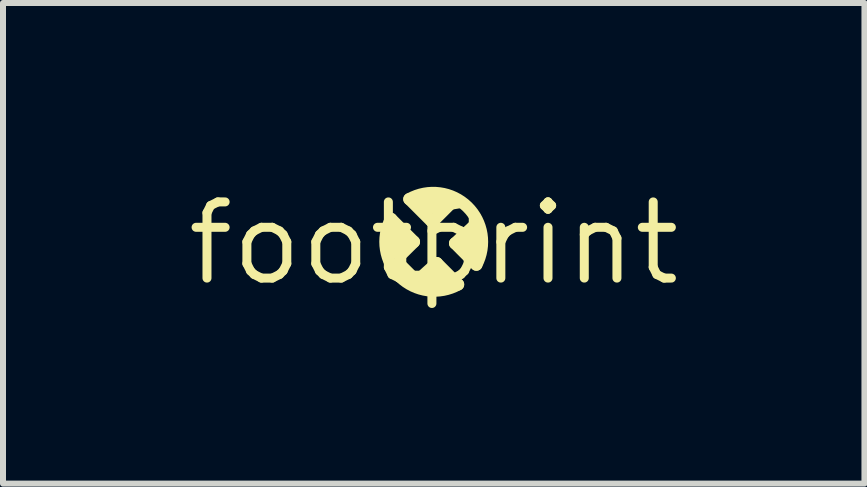
<source format=kicad_pcb>
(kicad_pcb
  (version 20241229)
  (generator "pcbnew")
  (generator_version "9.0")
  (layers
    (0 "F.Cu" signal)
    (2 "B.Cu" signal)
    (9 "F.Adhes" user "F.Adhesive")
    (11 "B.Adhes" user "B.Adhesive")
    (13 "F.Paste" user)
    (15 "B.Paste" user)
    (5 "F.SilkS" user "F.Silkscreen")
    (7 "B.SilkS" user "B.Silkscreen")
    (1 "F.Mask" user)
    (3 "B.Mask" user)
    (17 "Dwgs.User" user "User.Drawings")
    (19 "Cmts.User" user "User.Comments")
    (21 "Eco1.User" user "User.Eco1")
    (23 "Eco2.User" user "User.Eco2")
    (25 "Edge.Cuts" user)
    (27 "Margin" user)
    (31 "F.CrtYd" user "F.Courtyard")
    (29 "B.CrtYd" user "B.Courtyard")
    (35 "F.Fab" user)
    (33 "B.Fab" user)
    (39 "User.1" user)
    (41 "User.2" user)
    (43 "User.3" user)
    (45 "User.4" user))
  (footprint "footprint"
    (layer "F.Cu")
    (at 4.18 1.006)
    (property "Reference" "footprint" (at 0 0 0) (layer "F.SilkS") (effects (font (size 1.27 1.27) (thickness 0.15))))
    (fp_line (start -0.711 -0.406) (end -0.33 -0.025) (stroke (width 0.203) (type solid)) (layer "F.SilkS"))
    (fp_line (start -0.66 -0.203) (end -0.686 0.152) (stroke (width 0.203) (type solid)) (layer "F.SilkS"))
    (fp_line (start -0.559 0.127) (end -0.533 -0.102) (stroke (width 0.203) (type solid)) (layer "F.SilkS"))
    (fp_line (start -0.559 0.203) (end -0.559 0.356) (stroke (width 0.203) (type solid)) (layer "F.SilkS"))
    (fp_line (start -0.559 0.356) (end -0.356 0.559) (stroke (width 0.203) (type solid)) (layer "F.SilkS"))
    (fp_line (start -0.406 -0.737) (end -0.025 -0.356) (stroke (width 0.203) (type solid)) (layer "F.SilkS"))
    (fp_line (start -0.356 0.559) (end -0.203 0.559) (stroke (width 0.203) (type solid)) (layer "F.SilkS"))
    (fp_line (start -0.33 -0.025) (end -0.559 0.203) (stroke (width 0.203) (type solid)) (layer "F.SilkS"))
    (fp_line (start -0.203 0.559) (end 0.051 0.33) (stroke (width 0.203) (type solid)) (layer "F.SilkS"))
    (fp_line (start -0.178 -0.635) (end 0 -0.711) (stroke (width 0.203) (type solid)) (layer "F.SilkS"))
    (fp_line (start -0.152 0.66) (end 0.229 0.66) (stroke (width 0.203) (type solid)) (layer "F.SilkS"))
    (fp_line (start -0.025 -0.356) (end 0.279 -0.66) (stroke (width 0.203) (type solid)) (layer "F.SilkS"))
    (fp_line (start 0.051 0.33) (end 0.406 0.686) (stroke (width 0.203) (type solid)) (layer "F.SilkS"))
    (fp_line (start 0.152 0.533) (end -0.025 0.508) (stroke (width 0.203) (type solid)) (layer "F.SilkS"))
    (fp_line (start 0.203 -0.737) (end -0.051 -0.584) (stroke (width 0.203) (type solid)) (layer "F.SilkS"))
    (fp_line (start 0.279 -0.66) (end 0.432 -0.686) (stroke (width 0.203) (type solid)) (layer "F.SilkS"))
    (fp_line (start 0.356 0) (end 0.686 -0.305) (stroke (width 0.203) (type solid)) (layer "F.SilkS"))
    (fp_line (start 0.635 0.178) (end 0.686 -0.025) (stroke (width 0.203) (type solid)) (layer "F.SilkS"))
    (fp_line (start 0.686 -0.305) (end 0.686 -0.432) (stroke (width 0.203) (type solid)) (layer "F.SilkS"))
    (fp_line (start 0.686 -0.178) (end 0.533 0.025) (stroke (width 0.203) (type solid)) (layer "F.SilkS"))
    (fp_line (start 0.711 0.356) (end 0.356 0) (stroke (width 0.203) (type solid)) (layer "F.SilkS"))
    (fp_arc (start -0.4064 -0.7365) (mid 0.560487 -0.608065) (end 0.7112 0.3556) (stroke (width 0.2032) (type solid)) (layer "F.SilkS"))
    (fp_arc (start 0.406399 0.685702) (mid -0.560488 0.557266) (end -0.7112 -0.4064) (stroke (width 0.2032) (type solid)) (layer "F.SilkS")))
  (gr_rect
    (start -3 -3)
    (end 11.36 5.012)
    (stroke (width 0.1) (type default))
    (fill no)
    (layer "Edge.Cuts")))
</source>
